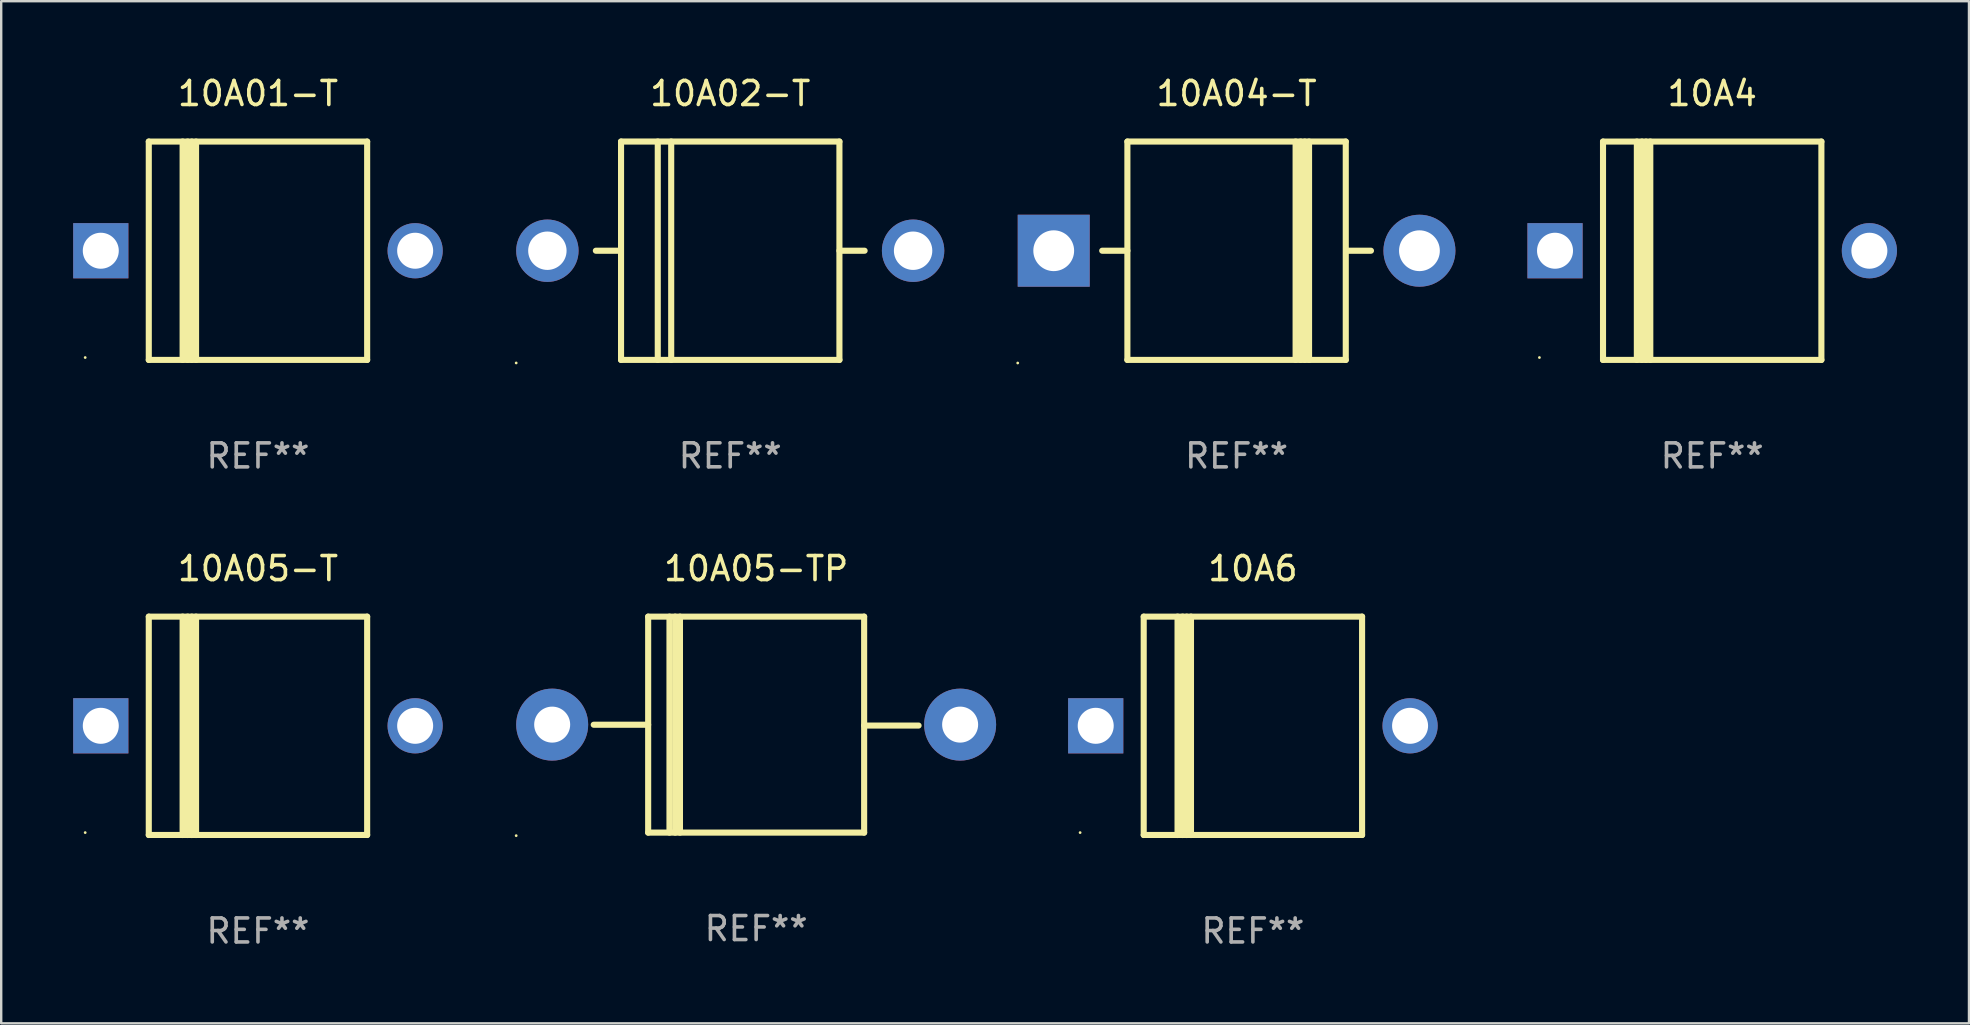
<source format=kicad_pcb>
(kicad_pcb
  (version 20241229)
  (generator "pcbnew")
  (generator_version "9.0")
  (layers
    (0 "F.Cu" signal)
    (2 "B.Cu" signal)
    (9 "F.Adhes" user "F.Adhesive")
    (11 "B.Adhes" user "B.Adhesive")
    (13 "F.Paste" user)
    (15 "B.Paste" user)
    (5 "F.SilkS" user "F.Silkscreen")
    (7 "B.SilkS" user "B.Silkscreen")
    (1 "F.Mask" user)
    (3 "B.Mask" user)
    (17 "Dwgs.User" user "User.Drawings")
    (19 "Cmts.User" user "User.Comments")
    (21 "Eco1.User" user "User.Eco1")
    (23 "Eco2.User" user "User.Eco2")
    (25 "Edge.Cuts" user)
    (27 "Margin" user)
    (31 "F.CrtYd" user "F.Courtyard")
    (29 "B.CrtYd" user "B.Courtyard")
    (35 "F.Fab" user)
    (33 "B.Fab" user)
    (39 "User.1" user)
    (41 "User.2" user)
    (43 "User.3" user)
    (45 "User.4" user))
  (footprint "10A01-T"
    (layer "F.Cu")
    (at 7.7 7.399)
    (property "Reference" "10A01-T" (at 0 -6.551 0) (layer "F.SilkS") (effects (font (size 1 1) (thickness 0.15))))
    (attr through_hole)
    (fp_line (start -4.55 -4.55) (end -4.55 4.55) (stroke (width 0.254) (type solid)) (layer "F.SilkS"))
    (fp_line (start -4.55 -4.55) (end 4.55 -4.55) (stroke (width 0.254) (type solid)) (layer "F.SilkS"))
    (fp_line (start -3.14 4.55) (end -3.14 -4.551) (stroke (width 0.254) (type solid)) (layer "F.SilkS"))
    (fp_line (start -2.93 4.55) (end -2.93 -4.551) (stroke (width 0.254) (type solid)) (layer "F.SilkS"))
    (fp_line (start -2.759 4.551) (end -2.759 -4.55) (stroke (width 0.254) (type solid)) (layer "F.SilkS"))
    (fp_line (start -2.58 4.55) (end -2.58 -4.551) (stroke (width 0.254) (type solid)) (layer "F.SilkS"))
    (fp_line (start 4.55 4.55) (end 4.55 -4.55) (stroke (width 0.254) (type solid)) (layer "F.SilkS"))
    (fp_line (start 4.55 4.549) (end -4.55 4.549) (stroke (width 0.254) (type solid)) (layer "F.SilkS"))
    (fp_circle (center -7.2 4.45) (end -7.17 4.45) (stroke (width 0.06) (type solid)) (fill no) (layer "F.SilkS"))
    (fp_text user "REF**" (at 0 8.551 0) (layer "F.Fab") (effects (font (size 1 1) (thickness 0.15))))
    (pad "1" thru_hole rect (at -6.55 -0.000483 180) (size 2.3 2.3) (drill 1.5) (layers "*.Cu" "*.Mask"))
    (pad "2" thru_hole circle (at 6.55 -0.000483) (size 2.3 2.3) (drill 1.5) (layers "*.Cu" "*.Mask")))
  (footprint "10A02-T"
    (layer "F.Cu")
    (at 27.38 7.398)
    (property "Reference" "10A02-T" (at 0 -6.55 0) (layer "F.SilkS") (effects (font (size 1 1) (thickness 0.15))))
    (attr through_hole)
    (fp_line (start -4.58 0.000127) (end -5.6 0.000127) (stroke (width 0.254) (type solid)) (layer "F.SilkS"))
    (fp_line (start -4.55 -4.55) (end 4.55 -4.55) (stroke (width 0.254) (type solid)) (layer "F.SilkS"))
    (fp_line (start -4.55 -4.55) (end -4.55 4.55) (stroke (width 0.254) (type solid)) (layer "F.SilkS"))
    (fp_line (start -3.02 -4.55) (end -3.02 4.55) (stroke (width 0.254) (type solid)) (layer "F.SilkS"))
    (fp_line (start -2.46 -4.55) (end -2.46 4.55) (stroke (width 0.254) (type solid)) (layer "F.SilkS"))
    (fp_line (start 4.55 4.55) (end -4.55 4.55) (stroke (width 0.254) (type solid)) (layer "F.SilkS"))
    (fp_line (start 4.55 4.55) (end 4.55 -4.55) (stroke (width 0.254) (type solid)) (layer "F.SilkS"))
    (fp_line (start 5.6 0.000127) (end 4.55 0.000127) (stroke (width 0.254) (type solid)) (layer "F.SilkS"))
    (fp_circle (center -8.92 4.677) (end -8.89 4.677) (stroke (width 0.06) (type solid)) (fill no) (layer "F.SilkS"))
    (fp_text user "REF**" (at 0 8.55 0) (layer "F.Fab") (effects (font (size 1 1) (thickness 0.15))))
    (pad "1" thru_hole circle (at -7.62 0.000127) (size 2.6 2.6) (drill 1.6) (layers "*.Cu" "*.Mask"))
    (pad "2" thru_hole circle (at 7.62 0.000127) (size 2.6 2.6) (drill 1.6) (layers "*.Cu" "*.Mask")))
  (footprint "10A05-TP"
    (layer "F.Cu")
    (at 28.46 27.146)
    (property "Reference" "10A05-TP" (at 0 -6.5 0) (layer "F.SilkS") (effects (font (size 1 1) (thickness 0.15))))
    (attr through_hole)
    (fp_line (start -4.5 -4.5) (end -4.5 4.5) (stroke (width 0.254) (type solid)) (layer "F.SilkS"))
    (fp_line (start -4.5 0.005) (end -6.769 0.005) (stroke (width 0.254) (type solid)) (layer "F.SilkS"))
    (fp_line (start -3.612 -4.5) (end -3.612 4.5) (stroke (width 0.254) (type solid)) (layer "F.SilkS"))
    (fp_line (start -3.375 -4.5) (end -3.375 4.5) (stroke (width 0.254) (type solid)) (layer "F.SilkS"))
    (fp_line (start -3.175 -4.5) (end -3.175 4.5) (stroke (width 0.254) (type solid)) (layer "F.SilkS"))
    (fp_line (start 4.5 -4.5) (end -4.5 -4.5) (stroke (width 0.254) (type solid)) (layer "F.SilkS"))
    (fp_line (start 4.5 -4.5) (end 4.5 4.5) (stroke (width 0.254) (type solid)) (layer "F.SilkS"))
    (fp_line (start 4.5 0.039) (end 6.769 0.039) (stroke (width 0.254) (type solid)) (layer "F.SilkS"))
    (fp_line (start 4.5 4.5) (end -4.5 4.5) (stroke (width 0.254) (type solid)) (layer "F.SilkS"))
    (fp_circle (center -10 4.627) (end -9.97 4.627) (stroke (width 0.06) (type solid)) (fill no) (layer "F.SilkS"))
    (fp_text user "REF**" (at 0 8.5 0) (layer "F.Fab") (effects (font (size 1 1) (thickness 0.15))))
    (pad "1" thru_hole circle (at -8.5 0.000013) (size 3 3) (drill 1.5) (layers "*.Cu" "*.Mask"))
    (pad "2" thru_hole circle (at 8.5 0.000013) (size 3 3) (drill 1.5) (layers "*.Cu" "*.Mask")))
  (footprint "10A04-T"
    (layer "F.Cu")
    (at 48.48 7.399)
    (property "Reference" "10A04-T" (at 0 -6.551 0) (layer "F.SilkS") (effects (font (size 1 1) (thickness 0.15))))
    (attr through_hole)
    (fp_line (start -5.6 -0.001) (end -4.55 -0.001) (stroke (width 0.254) (type solid)) (layer "F.SilkS"))
    (fp_line (start -4.55 -4.551) (end -4.55 4.55) (stroke (width 0.254) (type solid)) (layer "F.SilkS"))
    (fp_line (start -4.55 -4.551) (end 4.55 -4.551) (stroke (width 0.254) (type solid)) (layer "F.SilkS"))
    (fp_line (start 2.46 4.55) (end 2.46 -4.551) (stroke (width 0.254) (type solid)) (layer "F.SilkS"))
    (fp_line (start 2.67 4.55) (end 2.67 -4.551) (stroke (width 0.254) (type solid)) (layer "F.SilkS"))
    (fp_line (start 2.841 4.551) (end 2.841 -4.55) (stroke (width 0.254) (type solid)) (layer "F.SilkS"))
    (fp_line (start 3.02 4.55) (end 3.02 -4.551) (stroke (width 0.254) (type solid)) (layer "F.SilkS"))
    (fp_line (start 4.55 4.55) (end 4.55 -4.551) (stroke (width 0.254) (type solid)) (layer "F.SilkS"))
    (fp_line (start 4.55 4.549) (end -4.55 4.549) (stroke (width 0.254) (type solid)) (layer "F.SilkS"))
    (fp_line (start 4.58 -0.001) (end 5.6 -0.001) (stroke (width 0.254) (type solid)) (layer "F.SilkS"))
    (fp_circle (center -9.12 4.678) (end -9.09 4.678) (stroke (width 0.06) (type solid)) (fill no) (layer "F.SilkS"))
    (fp_text user "REF**" (at 0 8.551 0) (layer "F.Fab") (effects (font (size 1 1) (thickness 0.15))))
    (pad "1" thru_hole rect (at -7.62 -0.001 180) (size 3 3) (drill 1.7) (layers "*.Cu" "*.Mask"))
    (pad "2" thru_hole circle (at 7.62 -0.001) (size 3 3) (drill 1.7) (layers "*.Cu" "*.Mask")))
  (footprint "10A05-T"
    (layer "F.Cu")
    (at 7.7 27.196)
    (property "Reference" "10A05-T" (at 0 -6.551 0) (layer "F.SilkS") (effects (font (size 1 1) (thickness 0.15))))
    (attr through_hole)
    (fp_line (start -4.55 -4.55) (end -4.55 4.55) (stroke (width 0.254) (type solid)) (layer "F.SilkS"))
    (fp_line (start -4.55 -4.55) (end 4.55 -4.55) (stroke (width 0.254) (type solid)) (layer "F.SilkS"))
    (fp_line (start -3.14 4.55) (end -3.14 -4.551) (stroke (width 0.254) (type solid)) (layer "F.SilkS"))
    (fp_line (start -2.93 4.55) (end -2.93 -4.551) (stroke (width 0.254) (type solid)) (layer "F.SilkS"))
    (fp_line (start -2.759 4.551) (end -2.759 -4.55) (stroke (width 0.254) (type solid)) (layer "F.SilkS"))
    (fp_line (start -2.58 4.55) (end -2.58 -4.551) (stroke (width 0.254) (type solid)) (layer "F.SilkS"))
    (fp_line (start 4.55 4.55) (end 4.55 -4.55) (stroke (width 0.254) (type solid)) (layer "F.SilkS"))
    (fp_line (start 4.55 4.549) (end -4.55 4.549) (stroke (width 0.254) (type solid)) (layer "F.SilkS"))
    (fp_circle (center -7.2 4.45) (end -7.17 4.45) (stroke (width 0.06) (type solid)) (fill no) (layer "F.SilkS"))
    (fp_text user "REF**" (at 0 8.551 0) (layer "F.Fab") (effects (font (size 1 1) (thickness 0.15))))
    (pad "1" thru_hole rect (at -6.55 -0.000483 180) (size 2.3 2.3) (drill 1.5) (layers "*.Cu" "*.Mask"))
    (pad "2" thru_hole circle (at 6.55 -0.000483) (size 2.3 2.3) (drill 1.5) (layers "*.Cu" "*.Mask")))
  (footprint "10A6"
    (layer "F.Cu")
    (at 49.16 27.196)
    (property "Reference" "10A6" (at 0 -6.551 0) (layer "F.SilkS") (effects (font (size 1 1) (thickness 0.15))))
    (attr through_hole)
    (fp_line (start -4.55 -4.55) (end -4.55 4.55) (stroke (width 0.254) (type solid)) (layer "F.SilkS"))
    (fp_line (start -4.55 -4.55) (end 4.55 -4.55) (stroke (width 0.254) (type solid)) (layer "F.SilkS"))
    (fp_line (start -3.14 4.55) (end -3.14 -4.551) (stroke (width 0.254) (type solid)) (layer "F.SilkS"))
    (fp_line (start -2.93 4.55) (end -2.93 -4.551) (stroke (width 0.254) (type solid)) (layer "F.SilkS"))
    (fp_line (start -2.759 4.551) (end -2.759 -4.55) (stroke (width 0.254) (type solid)) (layer "F.SilkS"))
    (fp_line (start -2.58 4.55) (end -2.58 -4.551) (stroke (width 0.254) (type solid)) (layer "F.SilkS"))
    (fp_line (start 4.55 4.55) (end 4.55 -4.55) (stroke (width 0.254) (type solid)) (layer "F.SilkS"))
    (fp_line (start 4.55 4.549) (end -4.55 4.549) (stroke (width 0.254) (type solid)) (layer "F.SilkS"))
    (fp_circle (center -7.2 4.45) (end -7.17 4.45) (stroke (width 0.06) (type solid)) (fill no) (layer "F.SilkS"))
    (fp_text user "REF**" (at 0 8.551 0) (layer "F.Fab") (effects (font (size 1 1) (thickness 0.15))))
    (pad "1" thru_hole rect (at -6.55 -0.000483 180) (size 2.3 2.3) (drill 1.5) (layers "*.Cu" "*.Mask"))
    (pad "2" thru_hole circle (at 6.55 -0.000483) (size 2.3 2.3) (drill 1.5) (layers "*.Cu" "*.Mask")))
  (footprint "10A4"
    (layer "F.Cu")
    (at 68.3 7.399)
    (property "Reference" "10A4" (at 0 -6.551 0) (layer "F.SilkS") (effects (font (size 1 1) (thickness 0.15))))
    (attr through_hole)
    (fp_line (start -4.55 -4.55) (end -4.55 4.55) (stroke (width 0.254) (type solid)) (layer "F.SilkS"))
    (fp_line (start -4.55 -4.55) (end 4.55 -4.55) (stroke (width 0.254) (type solid)) (layer "F.SilkS"))
    (fp_line (start -3.14 4.55) (end -3.14 -4.551) (stroke (width 0.254) (type solid)) (layer "F.SilkS"))
    (fp_line (start -2.93 4.55) (end -2.93 -4.551) (stroke (width 0.254) (type solid)) (layer "F.SilkS"))
    (fp_line (start -2.759 4.551) (end -2.759 -4.55) (stroke (width 0.254) (type solid)) (layer "F.SilkS"))
    (fp_line (start -2.58 4.55) (end -2.58 -4.551) (stroke (width 0.254) (type solid)) (layer "F.SilkS"))
    (fp_line (start 4.55 4.55) (end 4.55 -4.55) (stroke (width 0.254) (type solid)) (layer "F.SilkS"))
    (fp_line (start 4.55 4.549) (end -4.55 4.549) (stroke (width 0.254) (type solid)) (layer "F.SilkS"))
    (fp_circle (center -7.2 4.45) (end -7.17 4.45) (stroke (width 0.06) (type solid)) (fill no) (layer "F.SilkS"))
    (fp_text user "REF**" (at 0 8.551 0) (layer "F.Fab") (effects (font (size 1 1) (thickness 0.15))))
    (pad "1" thru_hole rect (at -6.55 -0.000483 180) (size 2.3 2.3) (drill 1.5) (layers "*.Cu" "*.Mask"))
    (pad "2" thru_hole circle (at 6.55 -0.000483) (size 2.3 2.3) (drill 1.5) (layers "*.Cu" "*.Mask")))
  (gr_rect
    (start -3 -3)
    (end 79 39.595)
    (stroke (width 0.1) (type default))
    (fill no)
    (layer "Edge.Cuts")))
</source>
